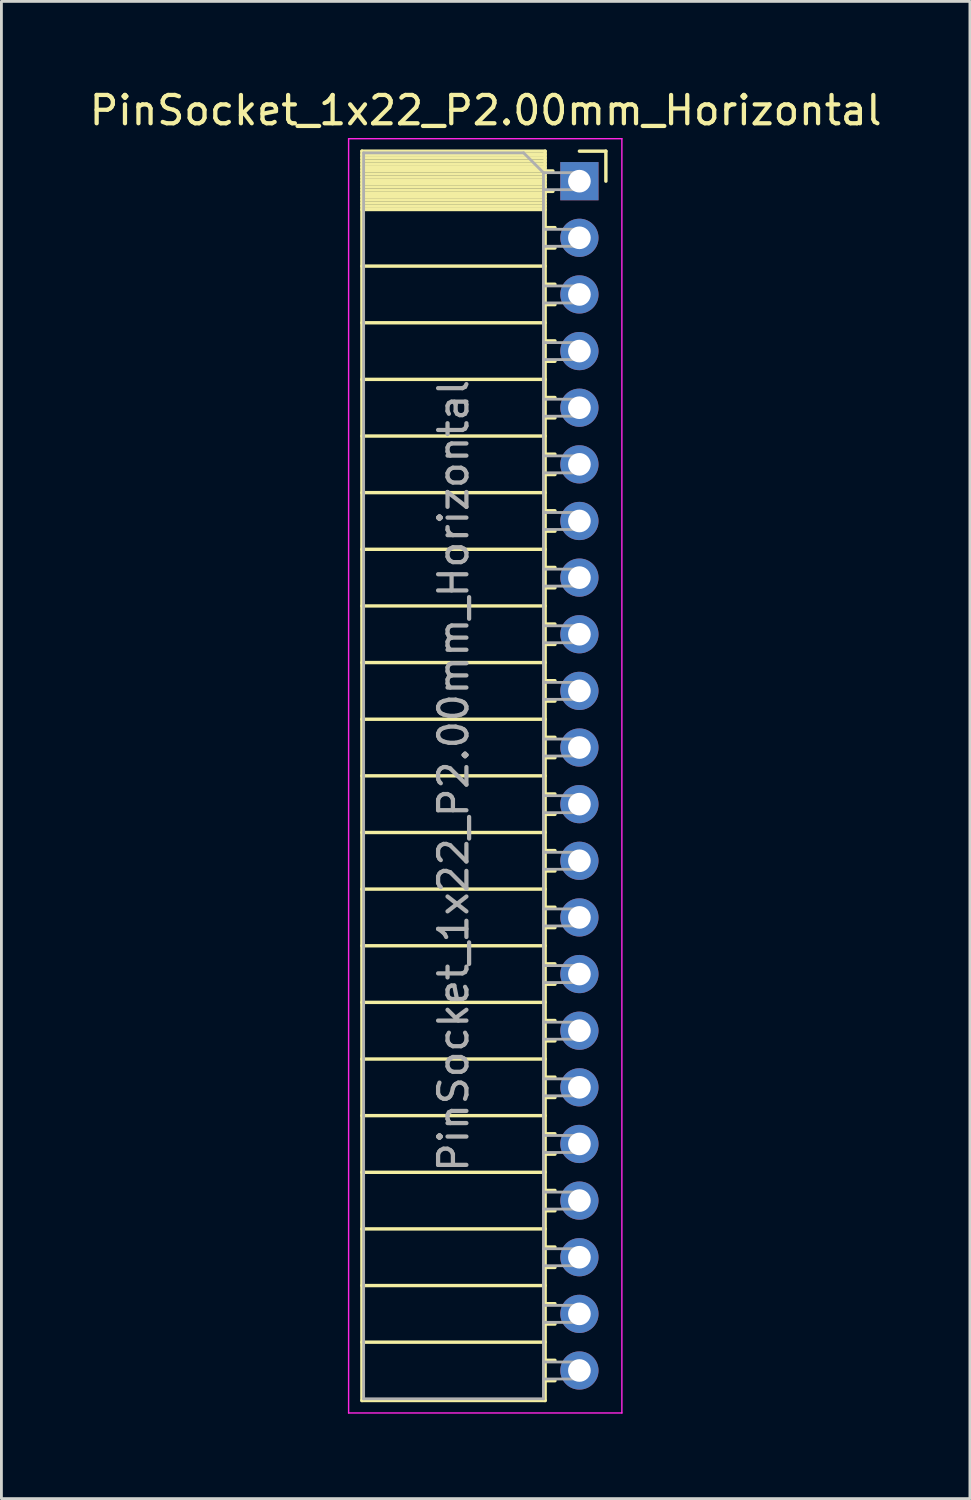
<source format=kicad_pcb>
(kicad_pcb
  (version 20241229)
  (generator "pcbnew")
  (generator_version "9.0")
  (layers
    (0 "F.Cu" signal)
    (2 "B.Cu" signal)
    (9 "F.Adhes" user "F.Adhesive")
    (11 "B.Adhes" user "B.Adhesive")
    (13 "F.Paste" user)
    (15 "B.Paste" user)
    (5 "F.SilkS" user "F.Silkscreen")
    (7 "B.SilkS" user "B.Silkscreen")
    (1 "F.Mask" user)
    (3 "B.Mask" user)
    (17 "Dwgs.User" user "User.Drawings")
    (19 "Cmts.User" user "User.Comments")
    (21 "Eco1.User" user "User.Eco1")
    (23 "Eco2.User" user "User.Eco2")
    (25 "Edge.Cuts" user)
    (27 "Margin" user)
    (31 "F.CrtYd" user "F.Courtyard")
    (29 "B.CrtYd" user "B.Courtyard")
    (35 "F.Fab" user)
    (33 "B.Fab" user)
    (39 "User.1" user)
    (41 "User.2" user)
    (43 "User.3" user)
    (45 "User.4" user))
  (footprint "PinSocket_1x22_P2.00mm_Horizontal"
    (layer "F.Cu")
    (at 17.411 3.348)
    (property "Reference" "PinSocket_1x22_P2.00mm_Horizontal" (at -3.31 -2.5 0) (layer "F.SilkS") (effects (font (size 1 1) (thickness 0.15))))
    (attr through_hole)
    (fp_line (start -7.68 -1.06) (end -7.68 43.06) (stroke (width 0.12) (type solid)) (layer "F.SilkS"))
    (fp_line (start -7.68 -1.06) (end -1.21 -1.06) (stroke (width 0.12) (type solid)) (layer "F.SilkS"))
    (fp_line (start -7.68 -0.94) (end -1.21 -0.94) (stroke (width 0.12) (type solid)) (layer "F.SilkS"))
    (fp_line (start -7.68 -0.826) (end -1.21 -0.826) (stroke (width 0.12) (type solid)) (layer "F.SilkS"))
    (fp_line (start -7.68 -0.712) (end -1.21 -0.712) (stroke (width 0.12) (type solid)) (layer "F.SilkS"))
    (fp_line (start -7.68 -0.598) (end -1.21 -0.598) (stroke (width 0.12) (type solid)) (layer "F.SilkS"))
    (fp_line (start -7.68 -0.484) (end -1.21 -0.484) (stroke (width 0.12) (type solid)) (layer "F.SilkS"))
    (fp_line (start -7.68 -0.369) (end -1.21 -0.369) (stroke (width 0.12) (type solid)) (layer "F.SilkS"))
    (fp_line (start -7.68 -0.255) (end -1.21 -0.255) (stroke (width 0.12) (type solid)) (layer "F.SilkS"))
    (fp_line (start -7.68 -0.141) (end -1.21 -0.141) (stroke (width 0.12) (type solid)) (layer "F.SilkS"))
    (fp_line (start -7.68 -0.027) (end -1.21 -0.027) (stroke (width 0.12) (type solid)) (layer "F.SilkS"))
    (fp_line (start -7.68 0.087) (end -1.21 0.087) (stroke (width 0.12) (type solid)) (layer "F.SilkS"))
    (fp_line (start -7.68 0.201) (end -1.21 0.201) (stroke (width 0.12) (type solid)) (layer "F.SilkS"))
    (fp_line (start -7.68 0.315) (end -1.21 0.315) (stroke (width 0.12) (type solid)) (layer "F.SilkS"))
    (fp_line (start -7.68 0.429) (end -1.21 0.429) (stroke (width 0.12) (type solid)) (layer "F.SilkS"))
    (fp_line (start -7.68 0.544) (end -1.21 0.544) (stroke (width 0.12) (type solid)) (layer "F.SilkS"))
    (fp_line (start -7.68 0.658) (end -1.21 0.658) (stroke (width 0.12) (type solid)) (layer "F.SilkS"))
    (fp_line (start -7.68 0.772) (end -1.21 0.772) (stroke (width 0.12) (type solid)) (layer "F.SilkS"))
    (fp_line (start -7.68 0.886) (end -1.21 0.886) (stroke (width 0.12) (type solid)) (layer "F.SilkS"))
    (fp_line (start -7.68 1) (end -1.21 1) (stroke (width 0.12) (type solid)) (layer "F.SilkS"))
    (fp_line (start -7.68 3) (end -1.21 3) (stroke (width 0.12) (type solid)) (layer "F.SilkS"))
    (fp_line (start -7.68 5) (end -1.21 5) (stroke (width 0.12) (type solid)) (layer "F.SilkS"))
    (fp_line (start -7.68 7) (end -1.21 7) (stroke (width 0.12) (type solid)) (layer "F.SilkS"))
    (fp_line (start -7.68 9) (end -1.21 9) (stroke (width 0.12) (type solid)) (layer "F.SilkS"))
    (fp_line (start -7.68 11) (end -1.21 11) (stroke (width 0.12) (type solid)) (layer "F.SilkS"))
    (fp_line (start -7.68 13) (end -1.21 13) (stroke (width 0.12) (type solid)) (layer "F.SilkS"))
    (fp_line (start -7.68 15) (end -1.21 15) (stroke (width 0.12) (type solid)) (layer "F.SilkS"))
    (fp_line (start -7.68 17) (end -1.21 17) (stroke (width 0.12) (type solid)) (layer "F.SilkS"))
    (fp_line (start -7.68 19) (end -1.21 19) (stroke (width 0.12) (type solid)) (layer "F.SilkS"))
    (fp_line (start -7.68 21) (end -1.21 21) (stroke (width 0.12) (type solid)) (layer "F.SilkS"))
    (fp_line (start -7.68 23) (end -1.21 23) (stroke (width 0.12) (type solid)) (layer "F.SilkS"))
    (fp_line (start -7.68 25) (end -1.21 25) (stroke (width 0.12) (type solid)) (layer "F.SilkS"))
    (fp_line (start -7.68 27) (end -1.21 27) (stroke (width 0.12) (type solid)) (layer "F.SilkS"))
    (fp_line (start -7.68 29) (end -1.21 29) (stroke (width 0.12) (type solid)) (layer "F.SilkS"))
    (fp_line (start -7.68 31) (end -1.21 31) (stroke (width 0.12) (type solid)) (layer "F.SilkS"))
    (fp_line (start -7.68 33) (end -1.21 33) (stroke (width 0.12) (type solid)) (layer "F.SilkS"))
    (fp_line (start -7.68 35) (end -1.21 35) (stroke (width 0.12) (type solid)) (layer "F.SilkS"))
    (fp_line (start -7.68 37) (end -1.21 37) (stroke (width 0.12) (type solid)) (layer "F.SilkS"))
    (fp_line (start -7.68 39) (end -1.21 39) (stroke (width 0.12) (type solid)) (layer "F.SilkS"))
    (fp_line (start -7.68 41) (end -1.21 41) (stroke (width 0.12) (type solid)) (layer "F.SilkS"))
    (fp_line (start -7.68 43.06) (end -1.21 43.06) (stroke (width 0.12) (type solid)) (layer "F.SilkS"))
    (fp_line (start -1.21 -1.06) (end -1.21 43.06) (stroke (width 0.12) (type solid)) (layer "F.SilkS"))
    (fp_line (start -1.21 -0.36) (end -0.935 -0.36) (stroke (width 0.12) (type solid)) (layer "F.SilkS"))
    (fp_line (start -1.21 0.36) (end -0.935 0.36) (stroke (width 0.12) (type solid)) (layer "F.SilkS"))
    (fp_line (start -1.21 1.64) (end -0.863 1.64) (stroke (width 0.12) (type solid)) (layer "F.SilkS"))
    (fp_line (start -1.21 2.36) (end -0.863 2.36) (stroke (width 0.12) (type solid)) (layer "F.SilkS"))
    (fp_line (start -1.21 3.64) (end -0.863 3.64) (stroke (width 0.12) (type solid)) (layer "F.SilkS"))
    (fp_line (start -1.21 4.36) (end -0.863 4.36) (stroke (width 0.12) (type solid)) (layer "F.SilkS"))
    (fp_line (start -1.21 5.64) (end -0.863 5.64) (stroke (width 0.12) (type solid)) (layer "F.SilkS"))
    (fp_line (start -1.21 6.36) (end -0.863 6.36) (stroke (width 0.12) (type solid)) (layer "F.SilkS"))
    (fp_line (start -1.21 7.64) (end -0.863 7.64) (stroke (width 0.12) (type solid)) (layer "F.SilkS"))
    (fp_line (start -1.21 8.36) (end -0.863 8.36) (stroke (width 0.12) (type solid)) (layer "F.SilkS"))
    (fp_line (start -1.21 9.64) (end -0.863 9.64) (stroke (width 0.12) (type solid)) (layer "F.SilkS"))
    (fp_line (start -1.21 10.36) (end -0.863 10.36) (stroke (width 0.12) (type solid)) (layer "F.SilkS"))
    (fp_line (start -1.21 11.64) (end -0.863 11.64) (stroke (width 0.12) (type solid)) (layer "F.SilkS"))
    (fp_line (start -1.21 12.36) (end -0.863 12.36) (stroke (width 0.12) (type solid)) (layer "F.SilkS"))
    (fp_line (start -1.21 13.64) (end -0.863 13.64) (stroke (width 0.12) (type solid)) (layer "F.SilkS"))
    (fp_line (start -1.21 14.36) (end -0.863 14.36) (stroke (width 0.12) (type solid)) (layer "F.SilkS"))
    (fp_line (start -1.21 15.64) (end -0.863 15.64) (stroke (width 0.12) (type solid)) (layer "F.SilkS"))
    (fp_line (start -1.21 16.36) (end -0.863 16.36) (stroke (width 0.12) (type solid)) (layer "F.SilkS"))
    (fp_line (start -1.21 17.64) (end -0.863 17.64) (stroke (width 0.12) (type solid)) (layer "F.SilkS"))
    (fp_line (start -1.21 18.36) (end -0.863 18.36) (stroke (width 0.12) (type solid)) (layer "F.SilkS"))
    (fp_line (start -1.21 19.64) (end -0.863 19.64) (stroke (width 0.12) (type solid)) (layer "F.SilkS"))
    (fp_line (start -1.21 20.36) (end -0.863 20.36) (stroke (width 0.12) (type solid)) (layer "F.SilkS"))
    (fp_line (start -1.21 21.64) (end -0.863 21.64) (stroke (width 0.12) (type solid)) (layer "F.SilkS"))
    (fp_line (start -1.21 22.36) (end -0.863 22.36) (stroke (width 0.12) (type solid)) (layer "F.SilkS"))
    (fp_line (start -1.21 23.64) (end -0.863 23.64) (stroke (width 0.12) (type solid)) (layer "F.SilkS"))
    (fp_line (start -1.21 24.36) (end -0.863 24.36) (stroke (width 0.12) (type solid)) (layer "F.SilkS"))
    (fp_line (start -1.21 25.64) (end -0.863 25.64) (stroke (width 0.12) (type solid)) (layer "F.SilkS"))
    (fp_line (start -1.21 26.36) (end -0.863 26.36) (stroke (width 0.12) (type solid)) (layer "F.SilkS"))
    (fp_line (start -1.21 27.64) (end -0.863 27.64) (stroke (width 0.12) (type solid)) (layer "F.SilkS"))
    (fp_line (start -1.21 28.36) (end -0.863 28.36) (stroke (width 0.12) (type solid)) (layer "F.SilkS"))
    (fp_line (start -1.21 29.64) (end -0.863 29.64) (stroke (width 0.12) (type solid)) (layer "F.SilkS"))
    (fp_line (start -1.21 30.36) (end -0.863 30.36) (stroke (width 0.12) (type solid)) (layer "F.SilkS"))
    (fp_line (start -1.21 31.64) (end -0.863 31.64) (stroke (width 0.12) (type solid)) (layer "F.SilkS"))
    (fp_line (start -1.21 32.36) (end -0.863 32.36) (stroke (width 0.12) (type solid)) (layer "F.SilkS"))
    (fp_line (start -1.21 33.64) (end -0.863 33.64) (stroke (width 0.12) (type solid)) (layer "F.SilkS"))
    (fp_line (start -1.21 34.36) (end -0.863 34.36) (stroke (width 0.12) (type solid)) (layer "F.SilkS"))
    (fp_line (start -1.21 35.64) (end -0.863 35.64) (stroke (width 0.12) (type solid)) (layer "F.SilkS"))
    (fp_line (start -1.21 36.36) (end -0.863 36.36) (stroke (width 0.12) (type solid)) (layer "F.SilkS"))
    (fp_line (start -1.21 37.64) (end -0.863 37.64) (stroke (width 0.12) (type solid)) (layer "F.SilkS"))
    (fp_line (start -1.21 38.36) (end -0.863 38.36) (stroke (width 0.12) (type solid)) (layer "F.SilkS"))
    (fp_line (start -1.21 39.64) (end -0.863 39.64) (stroke (width 0.12) (type solid)) (layer "F.SilkS"))
    (fp_line (start -1.21 40.36) (end -0.863 40.36) (stroke (width 0.12) (type solid)) (layer "F.SilkS"))
    (fp_line (start -1.21 41.64) (end -0.863 41.64) (stroke (width 0.12) (type solid)) (layer "F.SilkS"))
    (fp_line (start -1.21 42.36) (end -0.863 42.36) (stroke (width 0.12) (type solid)) (layer "F.SilkS"))
    (fp_line (start 0 -1.06) (end 0.935 -1.06) (stroke (width 0.12) (type solid)) (layer "F.SilkS"))
    (fp_line (start 0.935 -1.06) (end 0.935 0) (stroke (width 0.12) (type solid)) (layer "F.SilkS"))
    (fp_line (start -8.15 -1.5) (end -8.15 43.5) (stroke (width 0.05) (type solid)) (layer "F.CrtYd"))
    (fp_line (start -8.15 43.5) (end 1.5 43.5) (stroke (width 0.05) (type solid)) (layer "F.CrtYd"))
    (fp_line (start 1.5 -1.5) (end -8.15 -1.5) (stroke (width 0.05) (type solid)) (layer "F.CrtYd"))
    (fp_line (start 1.5 43.5) (end 1.5 -1.5) (stroke (width 0.05) (type solid)) (layer "F.CrtYd"))
    (fp_line (start -7.62 -1) (end -1.97 -1) (stroke (width 0.1) (type solid)) (layer "F.Fab"))
    (fp_line (start -7.62 43) (end -7.62 -1) (stroke (width 0.1) (type solid)) (layer "F.Fab"))
    (fp_line (start -1.97 -1) (end -1.27 -0.3) (stroke (width 0.1) (type solid)) (layer "F.Fab"))
    (fp_line (start -1.27 -0.3) (end -1.27 43) (stroke (width 0.1) (type solid)) (layer "F.Fab"))
    (fp_line (start -1.27 0.3) (end 0 0.3) (stroke (width 0.1) (type solid)) (layer "F.Fab"))
    (fp_line (start -1.27 2.3) (end 0 2.3) (stroke (width 0.1) (type solid)) (layer "F.Fab"))
    (fp_line (start -1.27 4.3) (end 0 4.3) (stroke (width 0.1) (type solid)) (layer "F.Fab"))
    (fp_line (start -1.27 6.3) (end 0 6.3) (stroke (width 0.1) (type solid)) (layer "F.Fab"))
    (fp_line (start -1.27 8.3) (end 0 8.3) (stroke (width 0.1) (type solid)) (layer "F.Fab"))
    (fp_line (start -1.27 10.3) (end 0 10.3) (stroke (width 0.1) (type solid)) (layer "F.Fab"))
    (fp_line (start -1.27 12.3) (end 0 12.3) (stroke (width 0.1) (type solid)) (layer "F.Fab"))
    (fp_line (start -1.27 14.3) (end 0 14.3) (stroke (width 0.1) (type solid)) (layer "F.Fab"))
    (fp_line (start -1.27 16.3) (end 0 16.3) (stroke (width 0.1) (type solid)) (layer "F.Fab"))
    (fp_line (start -1.27 18.3) (end 0 18.3) (stroke (width 0.1) (type solid)) (layer "F.Fab"))
    (fp_line (start -1.27 20.3) (end 0 20.3) (stroke (width 0.1) (type solid)) (layer "F.Fab"))
    (fp_line (start -1.27 22.3) (end 0 22.3) (stroke (width 0.1) (type solid)) (layer "F.Fab"))
    (fp_line (start -1.27 24.3) (end 0 24.3) (stroke (width 0.1) (type solid)) (layer "F.Fab"))
    (fp_line (start -1.27 26.3) (end 0 26.3) (stroke (width 0.1) (type solid)) (layer "F.Fab"))
    (fp_line (start -1.27 28.3) (end 0 28.3) (stroke (width 0.1) (type solid)) (layer "F.Fab"))
    (fp_line (start -1.27 30.3) (end 0 30.3) (stroke (width 0.1) (type solid)) (layer "F.Fab"))
    (fp_line (start -1.27 32.3) (end 0 32.3) (stroke (width 0.1) (type solid)) (layer "F.Fab"))
    (fp_line (start -1.27 34.3) (end 0 34.3) (stroke (width 0.1) (type solid)) (layer "F.Fab"))
    (fp_line (start -1.27 36.3) (end 0 36.3) (stroke (width 0.1) (type solid)) (layer "F.Fab"))
    (fp_line (start -1.27 38.3) (end 0 38.3) (stroke (width 0.1) (type solid)) (layer "F.Fab"))
    (fp_line (start -1.27 40.3) (end 0 40.3) (stroke (width 0.1) (type solid)) (layer "F.Fab"))
    (fp_line (start -1.27 42.3) (end 0 42.3) (stroke (width 0.1) (type solid)) (layer "F.Fab"))
    (fp_line (start -1.27 43) (end -7.62 43) (stroke (width 0.1) (type solid)) (layer "F.Fab"))
    (fp_line (start 0 -0.3) (end -1.27 -0.3) (stroke (width 0.1) (type solid)) (layer "F.Fab"))
    (fp_line (start 0 0.3) (end 0 -0.3) (stroke (width 0.1) (type solid)) (layer "F.Fab"))
    (fp_line (start 0 1.7) (end -1.27 1.7) (stroke (width 0.1) (type solid)) (layer "F.Fab"))
    (fp_line (start 0 2.3) (end 0 1.7) (stroke (width 0.1) (type solid)) (layer "F.Fab"))
    (fp_line (start 0 3.7) (end -1.27 3.7) (stroke (width 0.1) (type solid)) (layer "F.Fab"))
    (fp_line (start 0 4.3) (end 0 3.7) (stroke (width 0.1) (type solid)) (layer "F.Fab"))
    (fp_line (start 0 5.7) (end -1.27 5.7) (stroke (width 0.1) (type solid)) (layer "F.Fab"))
    (fp_line (start 0 6.3) (end 0 5.7) (stroke (width 0.1) (type solid)) (layer "F.Fab"))
    (fp_line (start 0 7.7) (end -1.27 7.7) (stroke (width 0.1) (type solid)) (layer "F.Fab"))
    (fp_line (start 0 8.3) (end 0 7.7) (stroke (width 0.1) (type solid)) (layer "F.Fab"))
    (fp_line (start 0 9.7) (end -1.27 9.7) (stroke (width 0.1) (type solid)) (layer "F.Fab"))
    (fp_line (start 0 10.3) (end 0 9.7) (stroke (width 0.1) (type solid)) (layer "F.Fab"))
    (fp_line (start 0 11.7) (end -1.27 11.7) (stroke (width 0.1) (type solid)) (layer "F.Fab"))
    (fp_line (start 0 12.3) (end 0 11.7) (stroke (width 0.1) (type solid)) (layer "F.Fab"))
    (fp_line (start 0 13.7) (end -1.27 13.7) (stroke (width 0.1) (type solid)) (layer "F.Fab"))
    (fp_line (start 0 14.3) (end 0 13.7) (stroke (width 0.1) (type solid)) (layer "F.Fab"))
    (fp_line (start 0 15.7) (end -1.27 15.7) (stroke (width 0.1) (type solid)) (layer "F.Fab"))
    (fp_line (start 0 16.3) (end 0 15.7) (stroke (width 0.1) (type solid)) (layer "F.Fab"))
    (fp_line (start 0 17.7) (end -1.27 17.7) (stroke (width 0.1) (type solid)) (layer "F.Fab"))
    (fp_line (start 0 18.3) (end 0 17.7) (stroke (width 0.1) (type solid)) (layer "F.Fab"))
    (fp_line (start 0 19.7) (end -1.27 19.7) (stroke (width 0.1) (type solid)) (layer "F.Fab"))
    (fp_line (start 0 20.3) (end 0 19.7) (stroke (width 0.1) (type solid)) (layer "F.Fab"))
    (fp_line (start 0 21.7) (end -1.27 21.7) (stroke (width 0.1) (type solid)) (layer "F.Fab"))
    (fp_line (start 0 22.3) (end 0 21.7) (stroke (width 0.1) (type solid)) (layer "F.Fab"))
    (fp_line (start 0 23.7) (end -1.27 23.7) (stroke (width 0.1) (type solid)) (layer "F.Fab"))
    (fp_line (start 0 24.3) (end 0 23.7) (stroke (width 0.1) (type solid)) (layer "F.Fab"))
    (fp_line (start 0 25.7) (end -1.27 25.7) (stroke (width 0.1) (type solid)) (layer "F.Fab"))
    (fp_line (start 0 26.3) (end 0 25.7) (stroke (width 0.1) (type solid)) (layer "F.Fab"))
    (fp_line (start 0 27.7) (end -1.27 27.7) (stroke (width 0.1) (type solid)) (layer "F.Fab"))
    (fp_line (start 0 28.3) (end 0 27.7) (stroke (width 0.1) (type solid)) (layer "F.Fab"))
    (fp_line (start 0 29.7) (end -1.27 29.7) (stroke (width 0.1) (type solid)) (layer "F.Fab"))
    (fp_line (start 0 30.3) (end 0 29.7) (stroke (width 0.1) (type solid)) (layer "F.Fab"))
    (fp_line (start 0 31.7) (end -1.27 31.7) (stroke (width 0.1) (type solid)) (layer "F.Fab"))
    (fp_line (start 0 32.3) (end 0 31.7) (stroke (width 0.1) (type solid)) (layer "F.Fab"))
    (fp_line (start 0 33.7) (end -1.27 33.7) (stroke (width 0.1) (type solid)) (layer "F.Fab"))
    (fp_line (start 0 34.3) (end 0 33.7) (stroke (width 0.1) (type solid)) (layer "F.Fab"))
    (fp_line (start 0 35.7) (end -1.27 35.7) (stroke (width 0.1) (type solid)) (layer "F.Fab"))
    (fp_line (start 0 36.3) (end 0 35.7) (stroke (width 0.1) (type solid)) (layer "F.Fab"))
    (fp_line (start 0 37.7) (end -1.27 37.7) (stroke (width 0.1) (type solid)) (layer "F.Fab"))
    (fp_line (start 0 38.3) (end 0 37.7) (stroke (width 0.1) (type solid)) (layer "F.Fab"))
    (fp_line (start 0 39.7) (end -1.27 39.7) (stroke (width 0.1) (type solid)) (layer "F.Fab"))
    (fp_line (start 0 40.3) (end 0 39.7) (stroke (width 0.1) (type solid)) (layer "F.Fab"))
    (fp_line (start 0 41.7) (end -1.27 41.7) (stroke (width 0.1) (type solid)) (layer "F.Fab"))
    (fp_line (start 0 42.3) (end 0 41.7) (stroke (width 0.1) (type solid)) (layer "F.Fab"))
    (fp_text user "${REFERENCE}" (at -4.445 21 90) (layer "F.Fab") (effects (font (size 1 1) (thickness 0.15))))
    (pad "1" thru_hole rect (at 0 0) (size 1.35 1.35) (drill 0.8) (layers "*.Cu" "*.Mask"))
    (pad "2" thru_hole oval (at 0 2) (size 1.35 1.35) (drill 0.8) (layers "*.Cu" "*.Mask"))
    (pad "3" thru_hole oval (at 0 4) (size 1.35 1.35) (drill 0.8) (layers "*.Cu" "*.Mask"))
    (pad "4" thru_hole oval (at 0 6) (size 1.35 1.35) (drill 0.8) (layers "*.Cu" "*.Mask"))
    (pad "5" thru_hole oval (at 0 8) (size 1.35 1.35) (drill 0.8) (layers "*.Cu" "*.Mask"))
    (pad "6" thru_hole oval (at 0 10) (size 1.35 1.35) (drill 0.8) (layers "*.Cu" "*.Mask"))
    (pad "7" thru_hole oval (at 0 12) (size 1.35 1.35) (drill 0.8) (layers "*.Cu" "*.Mask"))
    (pad "8" thru_hole oval (at 0 14) (size 1.35 1.35) (drill 0.8) (layers "*.Cu" "*.Mask"))
    (pad "9" thru_hole oval (at 0 16) (size 1.35 1.35) (drill 0.8) (layers "*.Cu" "*.Mask"))
    (pad "10" thru_hole oval (at 0 18) (size 1.35 1.35) (drill 0.8) (layers "*.Cu" "*.Mask"))
    (pad "11" thru_hole oval (at 0 20) (size 1.35 1.35) (drill 0.8) (layers "*.Cu" "*.Mask"))
    (pad "12" thru_hole oval (at 0 22) (size 1.35 1.35) (drill 0.8) (layers "*.Cu" "*.Mask"))
    (pad "13" thru_hole oval (at 0 24) (size 1.35 1.35) (drill 0.8) (layers "*.Cu" "*.Mask"))
    (pad "14" thru_hole oval (at 0 26) (size 1.35 1.35) (drill 0.8) (layers "*.Cu" "*.Mask"))
    (pad "15" thru_hole oval (at 0 28) (size 1.35 1.35) (drill 0.8) (layers "*.Cu" "*.Mask"))
    (pad "16" thru_hole oval (at 0 30) (size 1.35 1.35) (drill 0.8) (layers "*.Cu" "*.Mask"))
    (pad "17" thru_hole oval (at 0 32) (size 1.35 1.35) (drill 0.8) (layers "*.Cu" "*.Mask"))
    (pad "18" thru_hole oval (at 0 34) (size 1.35 1.35) (drill 0.8) (layers "*.Cu" "*.Mask"))
    (pad "19" thru_hole oval (at 0 36) (size 1.35 1.35) (drill 0.8) (layers "*.Cu" "*.Mask"))
    (pad "20" thru_hole oval (at 0 38) (size 1.35 1.35) (drill 0.8) (layers "*.Cu" "*.Mask"))
    (pad "21" thru_hole oval (at 0 40) (size 1.35 1.35) (drill 0.8) (layers "*.Cu" "*.Mask"))
    (pad "22" thru_hole oval (at 0 42) (size 1.35 1.35) (drill 0.8) (layers "*.Cu" "*.Mask")))
  (gr_rect
    (start -3 -3)
    (end 31.202 49.873)
    (stroke (width 0.1) (type default))
    (fill no)
    (layer "Edge.Cuts")))
</source>
